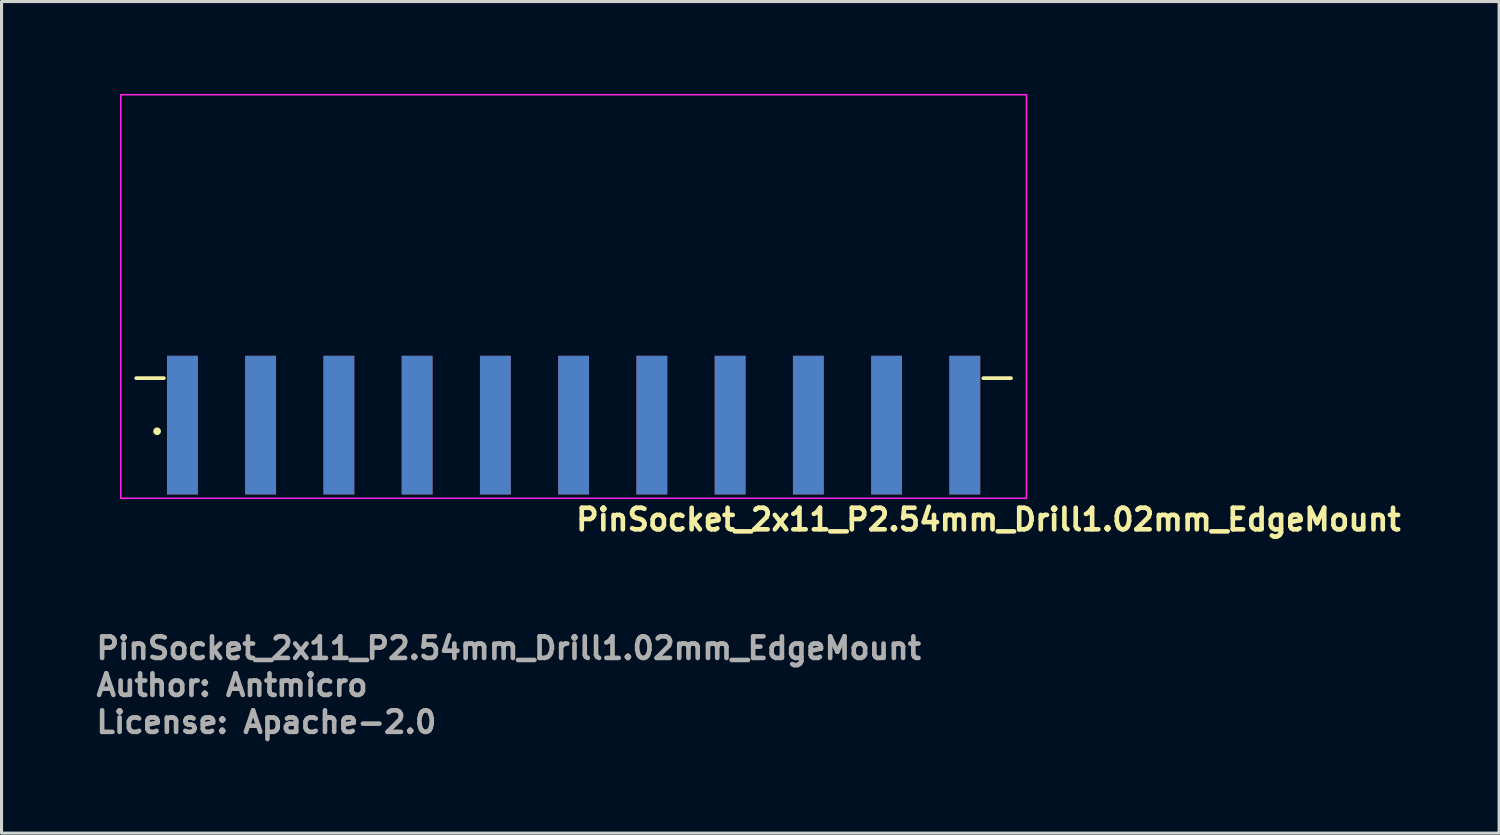
<source format=kicad_pcb>
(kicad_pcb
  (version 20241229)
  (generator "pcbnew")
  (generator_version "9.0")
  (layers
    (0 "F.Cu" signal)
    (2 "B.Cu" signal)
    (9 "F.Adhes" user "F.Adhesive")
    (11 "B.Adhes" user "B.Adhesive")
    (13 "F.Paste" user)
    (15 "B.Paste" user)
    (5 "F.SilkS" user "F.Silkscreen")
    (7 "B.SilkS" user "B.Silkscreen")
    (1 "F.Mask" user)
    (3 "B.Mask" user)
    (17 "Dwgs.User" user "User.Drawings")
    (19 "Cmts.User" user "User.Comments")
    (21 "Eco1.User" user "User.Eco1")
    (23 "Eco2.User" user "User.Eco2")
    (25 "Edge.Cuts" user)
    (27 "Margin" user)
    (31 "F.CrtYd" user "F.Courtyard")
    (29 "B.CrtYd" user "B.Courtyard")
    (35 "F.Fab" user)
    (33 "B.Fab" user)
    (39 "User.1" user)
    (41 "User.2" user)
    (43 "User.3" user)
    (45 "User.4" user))
  (footprint "PinSocket_2x11_P2.54mm_Drill1.02mm_EdgeMount"
    (layer "F.Cu")
    (at 15.57 6.325)
    (property "Reference" "PinSocket_2x11_P2.54mm_Drill1.02mm_EdgeMount" (at 0 7.9 0) (layer "F.SilkS") (effects (font (size 0.7 0.7) (thickness 0.15)) (justify left bottom)))
    (attr smd exclude_from_pos_files)
    (fp_line (start -13.3 2.9) (end -14.2 2.9) (stroke (width 0.12) (type solid)) (layer "F.SilkS"))
    (fp_line (start 14.2 2.9) (end 13.3 2.9) (stroke (width 0.12) (type solid)) (layer "F.SilkS"))
    (fp_circle (center -13.52 4.625) (end -13.47 4.625) (stroke (width 0.15) (type solid)) (fill yes) (layer "F.SilkS"))
    (fp_rect (start -14.7 -6.3) (end 14.7 6.8) (stroke (width 0.05) (type solid)) (fill no) (layer "F.CrtYd"))
    (fp_rect (start -14.22 -5.775) (end 14.22 5.775) (stroke (width 0.1) (type solid)) (fill no) (layer "User.5"))
    (fp_line (start -14.22 -5.775) (end -14.22 2.625) (stroke (width 0.02) (type solid)) (layer "User.9"))
    (fp_line (start -14.22 2.625) (end 14.22 2.625) (stroke (width 0.02) (type solid)) (layer "User.9"))
    (fp_line (start -13.05 2.625) (end -13.05 5.425) (stroke (width 0.02) (type solid)) (layer "User.9"))
    (fp_line (start -13.05 5.425) (end -12.813 5.775) (stroke (width 0.02) (type solid)) (layer "User.9"))
    (fp_line (start -12.813 5.775) (end -12.586 5.775) (stroke (width 0.02) (type solid)) (layer "User.9"))
    (fp_line (start -12.586 5.775) (end -12.35 5.425) (stroke (width 0.02) (type solid)) (layer "User.9"))
    (fp_line (start -12.35 5.425) (end -12.35 2.625) (stroke (width 0.02) (type solid)) (layer "User.9"))
    (fp_line (start -10.51 2.625) (end -10.51 5.425) (stroke (width 0.02) (type solid)) (layer "User.9"))
    (fp_line (start -10.51 5.425) (end -10.273 5.775) (stroke (width 0.02) (type solid)) (layer "User.9"))
    (fp_line (start -10.273 5.775) (end -10.046 5.775) (stroke (width 0.02) (type solid)) (layer "User.9"))
    (fp_line (start -10.046 5.775) (end -9.81 5.425) (stroke (width 0.02) (type solid)) (layer "User.9"))
    (fp_line (start -9.81 5.425) (end -9.81 2.625) (stroke (width 0.02) (type solid)) (layer "User.9"))
    (fp_line (start -7.97 2.625) (end -7.97 5.425) (stroke (width 0.02) (type solid)) (layer "User.9"))
    (fp_line (start -7.97 5.425) (end -7.733 5.775) (stroke (width 0.02) (type solid)) (layer "User.9"))
    (fp_line (start -7.733 5.775) (end -7.506 5.775) (stroke (width 0.02) (type solid)) (layer "User.9"))
    (fp_line (start -7.506 5.775) (end -7.269 5.425) (stroke (width 0.02) (type solid)) (layer "User.9"))
    (fp_line (start -7.269 5.425) (end -7.269 2.625) (stroke (width 0.02) (type solid)) (layer "User.9"))
    (fp_line (start -5.43 2.625) (end -5.43 5.425) (stroke (width 0.02) (type solid)) (layer "User.9"))
    (fp_line (start -5.43 5.425) (end -5.193 5.775) (stroke (width 0.02) (type solid)) (layer "User.9"))
    (fp_line (start -5.193 5.775) (end -4.966 5.775) (stroke (width 0.02) (type solid)) (layer "User.9"))
    (fp_line (start -4.966 5.775) (end -4.73 5.425) (stroke (width 0.02) (type solid)) (layer "User.9"))
    (fp_line (start -4.73 5.425) (end -4.73 2.625) (stroke (width 0.02) (type solid)) (layer "User.9"))
    (fp_line (start -2.89 2.625) (end -2.89 5.425) (stroke (width 0.02) (type solid)) (layer "User.9"))
    (fp_line (start -2.89 5.425) (end -2.653 5.775) (stroke (width 0.02) (type solid)) (layer "User.9"))
    (fp_line (start -2.653 5.775) (end -2.426 5.775) (stroke (width 0.02) (type solid)) (layer "User.9"))
    (fp_line (start -2.426 5.775) (end -2.19 5.425) (stroke (width 0.02) (type solid)) (layer "User.9"))
    (fp_line (start -2.19 5.425) (end -2.19 2.625) (stroke (width 0.02) (type solid)) (layer "User.9"))
    (fp_line (start -0.349 2.625) (end -0.349 5.425) (stroke (width 0.02) (type solid)) (layer "User.9"))
    (fp_line (start -0.349 5.425) (end -0.113 5.775) (stroke (width 0.02) (type solid)) (layer "User.9"))
    (fp_line (start -0.113 5.775) (end 0.113 5.775) (stroke (width 0.02) (type solid)) (layer "User.9"))
    (fp_line (start 0.113 5.775) (end 0.349 5.425) (stroke (width 0.02) (type solid)) (layer "User.9"))
    (fp_line (start 0.349 5.425) (end 0.349 2.625) (stroke (width 0.02) (type solid)) (layer "User.9"))
    (fp_line (start 2.19 2.625) (end 2.19 5.425) (stroke (width 0.02) (type solid)) (layer "User.9"))
    (fp_line (start 2.19 5.425) (end 2.426 5.775) (stroke (width 0.02) (type solid)) (layer "User.9"))
    (fp_line (start 2.426 5.775) (end 2.653 5.775) (stroke (width 0.02) (type solid)) (layer "User.9"))
    (fp_line (start 2.653 5.775) (end 2.89 5.425) (stroke (width 0.02) (type solid)) (layer "User.9"))
    (fp_line (start 2.89 5.425) (end 2.89 2.625) (stroke (width 0.02) (type solid)) (layer "User.9"))
    (fp_line (start 4.73 2.625) (end 4.73 5.425) (stroke (width 0.02) (type solid)) (layer "User.9"))
    (fp_line (start 4.73 5.425) (end 4.966 5.775) (stroke (width 0.02) (type solid)) (layer "User.9"))
    (fp_line (start 4.966 5.775) (end 5.193 5.775) (stroke (width 0.02) (type solid)) (layer "User.9"))
    (fp_line (start 5.193 5.775) (end 5.43 5.425) (stroke (width 0.02) (type solid)) (layer "User.9"))
    (fp_line (start 5.43 5.425) (end 5.43 2.625) (stroke (width 0.02) (type solid)) (layer "User.9"))
    (fp_line (start 7.269 2.625) (end 7.269 5.425) (stroke (width 0.02) (type solid)) (layer "User.9"))
    (fp_line (start 7.269 5.425) (end 7.506 5.775) (stroke (width 0.02) (type solid)) (layer "User.9"))
    (fp_line (start 7.506 5.775) (end 7.733 5.775) (stroke (width 0.02) (type solid)) (layer "User.9"))
    (fp_line (start 7.733 5.775) (end 7.97 5.425) (stroke (width 0.02) (type solid)) (layer "User.9"))
    (fp_line (start 7.97 5.425) (end 7.97 2.625) (stroke (width 0.02) (type solid)) (layer "User.9"))
    (fp_line (start 9.81 2.625) (end 9.81 5.425) (stroke (width 0.02) (type solid)) (layer "User.9"))
    (fp_line (start 9.81 5.425) (end 10.046 5.775) (stroke (width 0.02) (type solid)) (layer "User.9"))
    (fp_line (start 10.046 5.775) (end 10.273 5.775) (stroke (width 0.02) (type solid)) (layer "User.9"))
    (fp_line (start 10.273 5.775) (end 10.51 5.425) (stroke (width 0.02) (type solid)) (layer "User.9"))
    (fp_line (start 10.51 5.425) (end 10.51 2.625) (stroke (width 0.02) (type solid)) (layer "User.9"))
    (fp_line (start 12.35 2.625) (end 12.35 5.375) (stroke (width 0.02) (type solid)) (layer "User.9"))
    (fp_line (start 12.35 2.625) (end 12.35 5.425) (stroke (width 0.02) (type solid)) (layer "User.9"))
    (fp_line (start 12.35 5.425) (end 12.586 5.775) (stroke (width 0.02) (type solid)) (layer "User.9"))
    (fp_line (start 12.586 5.775) (end 12.813 5.775) (stroke (width 0.02) (type solid)) (layer "User.9"))
    (fp_line (start 12.813 5.775) (end 13.05 5.425) (stroke (width 0.02) (type solid)) (layer "User.9"))
    (fp_line (start 13.05 5.375) (end 13.05 2.625) (stroke (width 0.02) (type solid)) (layer "User.9"))
    (fp_line (start 13.05 5.425) (end 13.05 2.625) (stroke (width 0.02) (type solid)) (layer "User.9"))
    (fp_line (start 14.22 -5.775) (end -14.22 -5.775) (stroke (width 0.02) (type solid)) (layer "User.9"))
    (fp_line (start 14.22 2.625) (end 14.22 -5.775) (stroke (width 0.02) (type solid)) (layer "User.9"))
    (fp_text user "Author: Antmicro" (at -15.57 13.275 0) (layer "F.Fab") (effects (font (size 0.7 0.7) (thickness 0.15)) (justify left bottom)))
    (fp_text user "License: Apache-2.0" (at -15.57 14.475 0) (layer "F.Fab") (effects (font (size 0.7 0.7) (thickness 0.15)) (justify left bottom)))
    (fp_text user "${REFERENCE}" (at -15.57 12.075 0) (layer "F.Fab") (effects (font (size 0.7 0.7) (thickness 0.15)) (justify left bottom)))
    (pad "1" smd rect (at -12.699 4.425) (size 1 4.5) (layers "F.Cu" "F.Mask" "F.Paste"))
    (pad "2" smd rect (at -12.699 4.425) (size 1 4.5) (layers "B.Cu" "B.Mask" "B.Paste"))
    (pad "3" smd rect (at -10.16 4.425) (size 1 4.5) (layers "F.Cu" "F.Mask" "F.Paste"))
    (pad "4" smd rect (at -10.16 4.425) (size 1 4.5) (layers "B.Cu" "B.Mask" "B.Paste"))
    (pad "5" smd rect (at -7.62 4.425) (size 1 4.5) (layers "F.Cu" "F.Mask" "F.Paste"))
    (pad "6" smd rect (at -7.62 4.425) (size 1 4.5) (layers "B.Cu" "B.Mask" "B.Paste"))
    (pad "7" smd rect (at -5.08 4.425) (size 1 4.5) (layers "F.Cu" "F.Mask" "F.Paste"))
    (pad "8" smd rect (at -5.08 4.425) (size 1 4.5) (layers "B.Cu" "B.Mask" "B.Paste"))
    (pad "9" smd rect (at -2.54 4.425) (size 1 4.5) (layers "F.Cu" "F.Mask" "F.Paste"))
    (pad "10" smd rect (at -2.54 4.425) (size 1 4.5) (layers "B.Cu" "B.Mask" "B.Paste"))
    (pad "11" smd rect (at 0 4.425) (size 1 4.5) (layers "F.Cu" "F.Mask" "F.Paste"))
    (pad "12" smd rect (at 0 4.425) (size 1 4.5) (layers "B.Cu" "B.Mask" "B.Paste"))
    (pad "13" smd rect (at 2.54 4.425) (size 1 4.5) (layers "F.Cu" "F.Mask" "F.Paste"))
    (pad "14" smd rect (at 2.54 4.425) (size 1 4.5) (layers "B.Cu" "B.Mask" "F.Paste"))
    (pad "15" smd rect (at 5.08 4.425) (size 1 4.5) (layers "F.Cu" "F.Mask" "F.Paste"))
    (pad "16" smd rect (at 5.08 4.425) (size 1 4.5) (layers "B.Cu" "B.Mask" "F.Paste"))
    (pad "17" smd rect (at 7.62 4.425) (size 1 4.5) (layers "F.Cu" "F.Mask" "F.Paste"))
    (pad "18" smd rect (at 7.62 4.425) (size 1 4.5) (layers "B.Cu" "B.Mask" "B.Paste"))
    (pad "19" smd rect (at 10.16 4.425) (size 1 4.5) (layers "F.Cu" "F.Mask" "F.Paste"))
    (pad "20" smd rect (at 10.16 4.425) (size 1 4.5) (layers "B.Cu" "B.Mask" "B.Paste"))
    (pad "21" smd rect (at 12.699 4.425) (size 1 4.5) (layers "F.Cu" "F.Mask" "F.Paste"))
    (pad "22" smd rect (at 12.699 4.425) (size 1 4.5) (layers "B.Cu" "B.Mask" "B.Paste")))
  (gr_rect
    (start -3 -3)
    (end 45.613 23.995)
    (stroke (width 0.1) (type default))
    (fill no)
    (layer "Edge.Cuts")))
</source>
